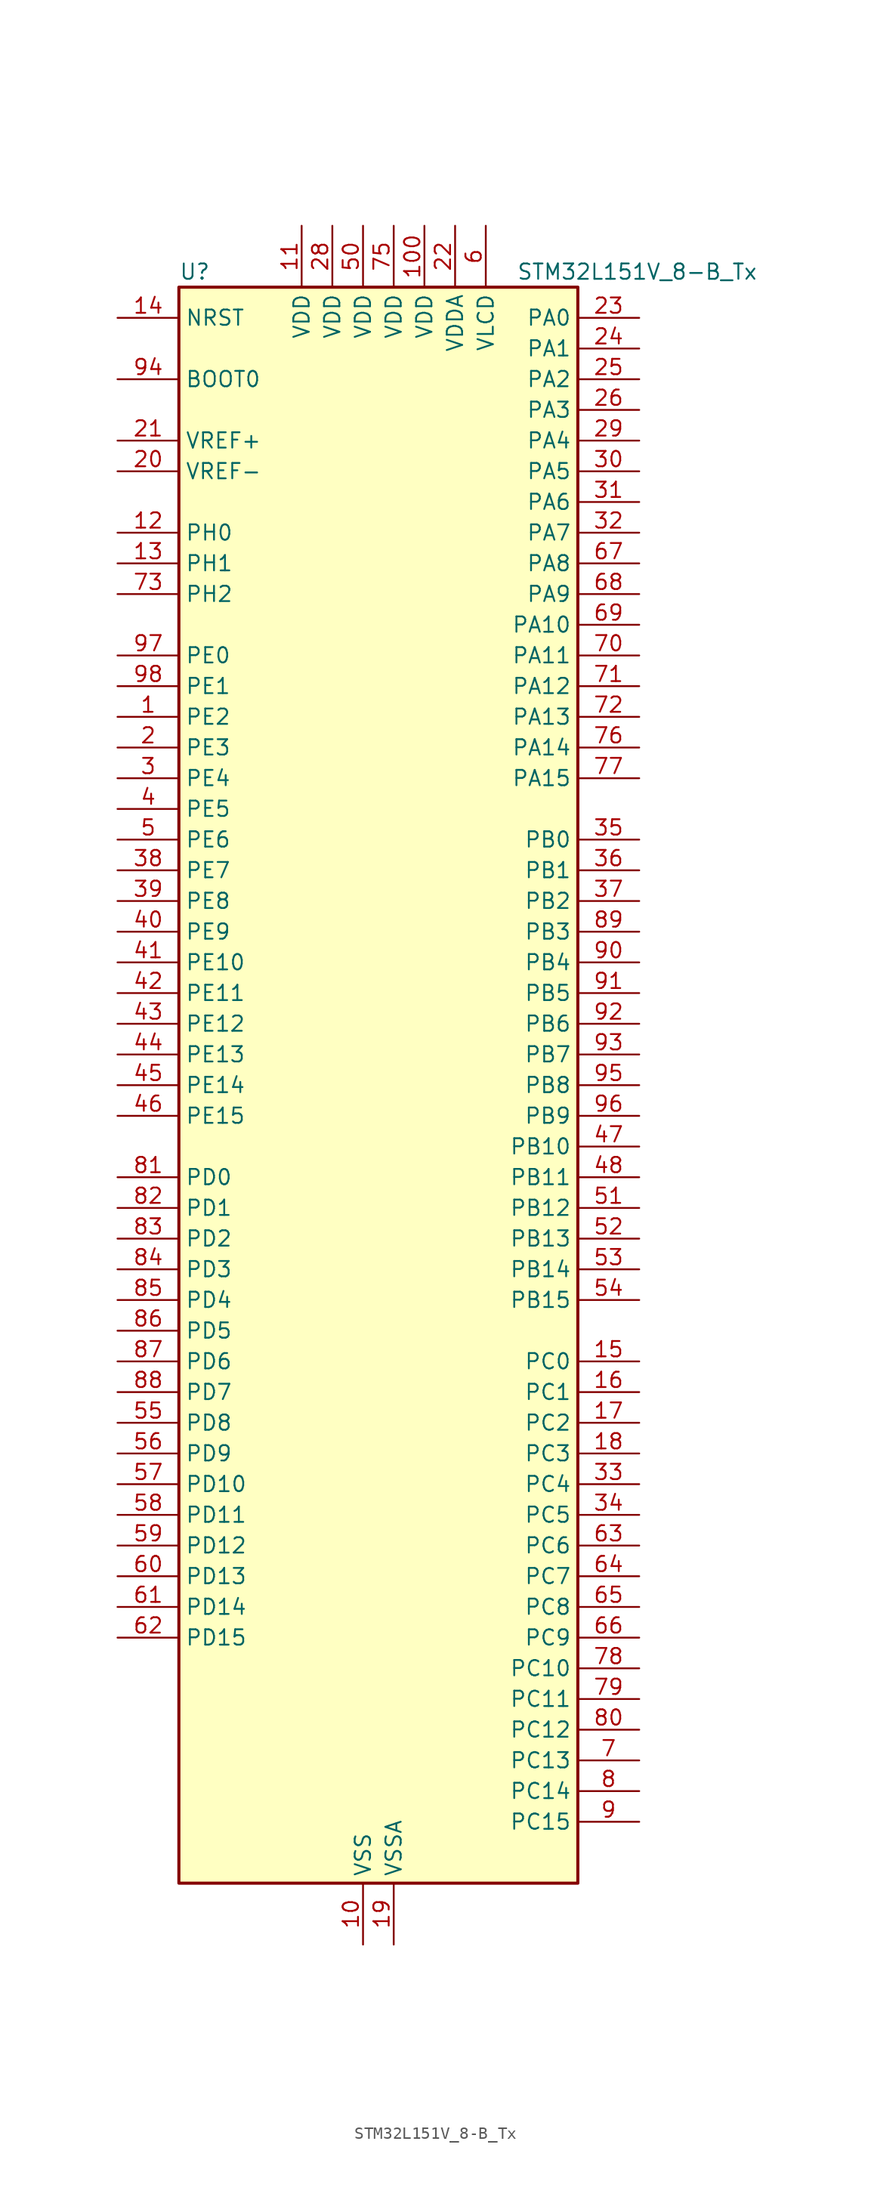
<source format=kicad_sym>
(kicad_symbol_lib
  (version 20231120)
  (generator "kicad_symbol_editor")
  (generator_version "8.0")
  (symbol "STM32L151V_8-B_Tx"
    (property "Reference" "U"
      (at -15.24 67.31 0)
      (effects (font (size 1.27 1.27)) (justify left)))
    (property "Value" "STM32L151V_8-B_Tx"
      (at 12.7 67.31 0)
      (effects (font (size 1.27 1.27)) (justify left)))
    (property "ki_locked" ""
      (at 0 0 0)
      (effects (font (size 1.27 1.27))))
    (symbol "STM32L151V_8-B_Tx_0_1"
      (rectangle (start -15.24 -66.04) (end 17.78 66.04) (stroke (width 0.254) (type default)) (fill (type background))))
    (symbol "STM32L151V_8-B_Tx_1_1"
      (pin bidirectional line (at -20.32 30.48 0) (length 5.08) (name "PE2" (effects (font (size 1.27 1.27)))) (number "1" (effects (font (size 1.27 1.27)))) (alternate "SYS_TRACECK" bidirectional line) (alternate "TIM3_ETR" bidirectional line) (alternate "TIMX_IC3" bidirectional line))
      (pin power_in line (at 0 -71.12 90) (length 5.08) (name "VSS" (effects (font (size 1.27 1.27)))) (number "10" (effects (font (size 1.27 1.27)))))
      (pin power_in line (at 5.08 71.12 270) (length 5.08) (name "VDD" (effects (font (size 1.27 1.27)))) (number "100" (effects (font (size 1.27 1.27)))))
      (pin power_in line (at -5.08 71.12 270) (length 5.08) (name "VDD" (effects (font (size 1.27 1.27)))) (number "11" (effects (font (size 1.27 1.27)))))
      (pin bidirectional line (at -20.32 45.72 0) (length 5.08) (name "PH0" (effects (font (size 1.27 1.27)))) (number "12" (effects (font (size 1.27 1.27)))) (alternate "RCC_OSC_IN" bidirectional line))
      (pin bidirectional line (at -20.32 43.18 0) (length 5.08) (name "PH1" (effects (font (size 1.27 1.27)))) (number "13" (effects (font (size 1.27 1.27)))) (alternate "RCC_OSC_OUT" bidirectional line))
      (pin input line (at -20.32 63.5 0) (length 5.08) (name "NRST" (effects (font (size 1.27 1.27)))) (number "14" (effects (font (size 1.27 1.27)))))
      (pin bidirectional line (at 22.86 -22.86 180) (length 5.08) (name "PC0" (effects (font (size 1.27 1.27)))) (number "15" (effects (font (size 1.27 1.27)))) (alternate "ADC_IN10" bidirectional line) (alternate "COMP1_INP" bidirectional line) (alternate "TIMX_IC1" bidirectional line) (alternate "TS_G8_IO1" bidirectional line))
      (pin bidirectional line (at 22.86 -25.4 180) (length 5.08) (name "PC1" (effects (font (size 1.27 1.27)))) (number "16" (effects (font (size 1.27 1.27)))) (alternate "ADC_IN11" bidirectional line) (alternate "COMP1_INP" bidirectional line) (alternate "TIMX_IC2" bidirectional line) (alternate "TS_G8_IO2" bidirectional line))
      (pin bidirectional line (at 22.86 -27.94 180) (length 5.08) (name "PC2" (effects (font (size 1.27 1.27)))) (number "17" (effects (font (size 1.27 1.27)))) (alternate "ADC_IN12" bidirectional line) (alternate "COMP1_INP" bidirectional line) (alternate "TIMX_IC3" bidirectional line) (alternate "TS_G8_IO3" bidirectional line))
      (pin bidirectional line (at 22.86 -30.48 180) (length 5.08) (name "PC3" (effects (font (size 1.27 1.27)))) (number "18" (effects (font (size 1.27 1.27)))) (alternate "ADC_IN13" bidirectional line) (alternate "COMP1_INP" bidirectional line) (alternate "TIMX_IC4" bidirectional line) (alternate "TS_G8_IO4" bidirectional line))
      (pin power_in line (at 2.54 -71.12 90) (length 5.08) (name "VSSA" (effects (font (size 1.27 1.27)))) (number "19" (effects (font (size 1.27 1.27)))))
      (pin bidirectional line (at -20.32 27.94 0) (length 5.08) (name "PE3" (effects (font (size 1.27 1.27)))) (number "2" (effects (font (size 1.27 1.27)))) (alternate "SYS_TRACED0" bidirectional line) (alternate "TIM3_CH1" bidirectional line) (alternate "TIMX_IC4" bidirectional line))
      (pin input line (at -20.32 50.8 0) (length 5.08) (name "VREF-" (effects (font (size 1.27 1.27)))) (number "20" (effects (font (size 1.27 1.27)))))
      (pin input line (at -20.32 53.34 0) (length 5.08) (name "VREF+" (effects (font (size 1.27 1.27)))) (number "21" (effects (font (size 1.27 1.27)))))
      (pin power_in line (at 7.62 71.12 270) (length 5.08) (name "VDDA" (effects (font (size 1.27 1.27)))) (number "22" (effects (font (size 1.27 1.27)))))
      (pin bidirectional line (at 22.86 63.5 180) (length 5.08) (name "PA0" (effects (font (size 1.27 1.27)))) (number "23" (effects (font (size 1.27 1.27)))) (alternate "ADC_IN0" bidirectional line) (alternate "COMP1_INP" bidirectional line) (alternate "SYS_WKUP1" bidirectional line) (alternate "TIM2_CH1" bidirectional line) (alternate "TIM2_ETR" bidirectional line) (alternate "TIMX_IC1" bidirectional line) (alternate "TS_G1_IO1" bidirectional line) (alternate "USART2_CTS" bidirectional line))
      (pin bidirectional line (at 22.86 60.96 180) (length 5.08) (name "PA1" (effects (font (size 1.27 1.27)))) (number "24" (effects (font (size 1.27 1.27)))) (alternate "ADC_IN1" bidirectional line) (alternate "COMP1_INP" bidirectional line) (alternate "TIM2_CH2" bidirectional line) (alternate "TIMX_IC2" bidirectional line) (alternate "TS_G1_IO2" bidirectional line) (alternate "USART2_RTS" bidirectional line))
      (pin bidirectional line (at 22.86 58.42 180) (length 5.08) (name "PA2" (effects (font (size 1.27 1.27)))) (number "25" (effects (font (size 1.27 1.27)))) (alternate "ADC_IN2" bidirectional line) (alternate "COMP1_INP" bidirectional line) (alternate "TIM2_CH3" bidirectional line) (alternate "TIM9_CH1" bidirectional line) (alternate "TIMX_IC3" bidirectional line) (alternate "TS_G1_IO3" bidirectional line) (alternate "USART2_TX" bidirectional line))
      (pin bidirectional line (at 22.86 55.88 180) (length 5.08) (name "PA3" (effects (font (size 1.27 1.27)))) (number "26" (effects (font (size 1.27 1.27)))) (alternate "ADC_IN3" bidirectional line) (alternate "COMP1_INP" bidirectional line) (alternate "TIM2_CH4" bidirectional line) (alternate "TIM9_CH2" bidirectional line) (alternate "TIMX_IC4" bidirectional line) (alternate "TS_G1_IO4" bidirectional line) (alternate "USART2_RX" bidirectional line))
      (pin passive line (at 0 -71.12 90) (length 5.08) hide (name "VSS" (effects (font (size 1.27 1.27)))) (number "27" (effects (font (size 1.27 1.27)))))
      (pin power_in line (at -2.54 71.12 270) (length 5.08) (name "VDD" (effects (font (size 1.27 1.27)))) (number "28" (effects (font (size 1.27 1.27)))))
      (pin bidirectional line (at 22.86 53.34 180) (length 5.08) (name "PA4" (effects (font (size 1.27 1.27)))) (number "29" (effects (font (size 1.27 1.27)))) (alternate "ADC_IN4" bidirectional line) (alternate "COMP1_INP" bidirectional line) (alternate "DAC_OUT1" bidirectional line) (alternate "SPI1_NSS" bidirectional line) (alternate "TIMX_IC1" bidirectional line) (alternate "USART2_CK" bidirectional line))
      (pin bidirectional line (at -20.32 25.4 0) (length 5.08) (name "PE4" (effects (font (size 1.27 1.27)))) (number "3" (effects (font (size 1.27 1.27)))) (alternate "SYS_TRACED1" bidirectional line) (alternate "TIM3_CH2" bidirectional line) (alternate "TIMX_IC1" bidirectional line))
      (pin bidirectional line (at 22.86 50.8 180) (length 5.08) (name "PA5" (effects (font (size 1.27 1.27)))) (number "30" (effects (font (size 1.27 1.27)))) (alternate "ADC_IN5" bidirectional line) (alternate "COMP1_INP" bidirectional line) (alternate "DAC_OUT2" bidirectional line) (alternate "SPI1_SCK" bidirectional line) (alternate "TIM2_CH1" bidirectional line) (alternate "TIM2_ETR" bidirectional line) (alternate "TIMX_IC2" bidirectional line))
      (pin bidirectional line (at 22.86 48.26 180) (length 5.08) (name "PA6" (effects (font (size 1.27 1.27)))) (number "31" (effects (font (size 1.27 1.27)))) (alternate "ADC_IN6" bidirectional line) (alternate "COMP1_INP" bidirectional line) (alternate "SPI1_MISO" bidirectional line) (alternate "TIM10_CH1" bidirectional line) (alternate "TIM3_CH1" bidirectional line) (alternate "TIMX_IC3" bidirectional line) (alternate "TS_G2_IO1" bidirectional line))
      (pin bidirectional line (at 22.86 45.72 180) (length 5.08) (name "PA7" (effects (font (size 1.27 1.27)))) (number "32" (effects (font (size 1.27 1.27)))) (alternate "ADC_IN7" bidirectional line) (alternate "COMP1_INP" bidirectional line) (alternate "SPI1_MOSI" bidirectional line) (alternate "TIM11_CH1" bidirectional line) (alternate "TIM3_CH2" bidirectional line) (alternate "TIMX_IC4" bidirectional line) (alternate "TS_G2_IO2" bidirectional line))
      (pin bidirectional line (at 22.86 -33.02 180) (length 5.08) (name "PC4" (effects (font (size 1.27 1.27)))) (number "33" (effects (font (size 1.27 1.27)))) (alternate "ADC_IN14" bidirectional line) (alternate "COMP1_INP" bidirectional line) (alternate "TIMX_IC1" bidirectional line) (alternate "TS_G9_IO1" bidirectional line))
      (pin bidirectional line (at 22.86 -35.56 180) (length 5.08) (name "PC5" (effects (font (size 1.27 1.27)))) (number "34" (effects (font (size 1.27 1.27)))) (alternate "ADC_IN15" bidirectional line) (alternate "COMP1_INP" bidirectional line) (alternate "TIMX_IC2" bidirectional line) (alternate "TS_G9_IO2" bidirectional line))
      (pin bidirectional line (at 22.86 20.32 180) (length 5.08) (name "PB0" (effects (font (size 1.27 1.27)))) (number "35" (effects (font (size 1.27 1.27)))) (alternate "ADC_IN8" bidirectional line) (alternate "COMP1_INP" bidirectional line) (alternate "SYS_V_REF_OUT" bidirectional line) (alternate "TIM3_CH3" bidirectional line) (alternate "TS_G3_IO1" bidirectional line))
      (pin bidirectional line (at 22.86 17.78 180) (length 5.08) (name "PB1" (effects (font (size 1.27 1.27)))) (number "36" (effects (font (size 1.27 1.27)))) (alternate "ADC_IN9" bidirectional line) (alternate "COMP1_INP" bidirectional line) (alternate "SYS_V_REF_OUT" bidirectional line) (alternate "TIM3_CH4" bidirectional line) (alternate "TS_G3_IO2" bidirectional line))
      (pin bidirectional line (at 22.86 15.24 180) (length 5.08) (name "PB2" (effects (font (size 1.27 1.27)))) (number "37" (effects (font (size 1.27 1.27)))))
      (pin bidirectional line (at -20.32 17.78 0) (length 5.08) (name "PE7" (effects (font (size 1.27 1.27)))) (number "38" (effects (font (size 1.27 1.27)))) (alternate "ADC_IN22" bidirectional line) (alternate "COMP1_INP" bidirectional line) (alternate "TIMX_IC4" bidirectional line))
      (pin bidirectional line (at -20.32 15.24 0) (length 5.08) (name "PE8" (effects (font (size 1.27 1.27)))) (number "39" (effects (font (size 1.27 1.27)))) (alternate "ADC_IN23" bidirectional line) (alternate "COMP1_INP" bidirectional line) (alternate "TIMX_IC1" bidirectional line))
      (pin bidirectional line (at -20.32 22.86 0) (length 5.08) (name "PE5" (effects (font (size 1.27 1.27)))) (number "4" (effects (font (size 1.27 1.27)))) (alternate "SYS_TRACED2" bidirectional line) (alternate "TIM9_CH1" bidirectional line) (alternate "TIMX_IC2" bidirectional line))
      (pin bidirectional line (at -20.32 12.7 0) (length 5.08) (name "PE9" (effects (font (size 1.27 1.27)))) (number "40" (effects (font (size 1.27 1.27)))) (alternate "ADC_IN24" bidirectional line) (alternate "COMP1_INP" bidirectional line) (alternate "DAC_EXTI9" bidirectional line) (alternate "TIM2_CH1" bidirectional line) (alternate "TIM2_ETR" bidirectional line) (alternate "TIMX_IC2" bidirectional line))
      (pin bidirectional line (at -20.32 10.16 0) (length 5.08) (name "PE10" (effects (font (size 1.27 1.27)))) (number "41" (effects (font (size 1.27 1.27)))) (alternate "ADC_IN25" bidirectional line) (alternate "COMP1_INP" bidirectional line) (alternate "TIM2_CH2" bidirectional line) (alternate "TIMX_IC3" bidirectional line))
      (pin bidirectional line (at -20.32 7.62 0) (length 5.08) (name "PE11" (effects (font (size 1.27 1.27)))) (number "42" (effects (font (size 1.27 1.27)))) (alternate "ADC_EXTI11" bidirectional line) (alternate "TIM2_CH3" bidirectional line) (alternate "TIMX_IC4" bidirectional line))
      (pin bidirectional line (at -20.32 5.08 0) (length 5.08) (name "PE12" (effects (font (size 1.27 1.27)))) (number "43" (effects (font (size 1.27 1.27)))) (alternate "SPI1_NSS" bidirectional line) (alternate "TIM2_CH4" bidirectional line) (alternate "TIMX_IC1" bidirectional line))
      (pin bidirectional line (at -20.32 2.54 0) (length 5.08) (name "PE13" (effects (font (size 1.27 1.27)))) (number "44" (effects (font (size 1.27 1.27)))) (alternate "SPI1_SCK" bidirectional line) (alternate "TIMX_IC2" bidirectional line))
      (pin bidirectional line (at -20.32 0 0) (length 5.08) (name "PE14" (effects (font (size 1.27 1.27)))) (number "45" (effects (font (size 1.27 1.27)))) (alternate "SPI1_MISO" bidirectional line) (alternate "TIMX_IC3" bidirectional line))
      (pin bidirectional line (at -20.32 -2.54 0) (length 5.08) (name "PE15" (effects (font (size 1.27 1.27)))) (number "46" (effects (font (size 1.27 1.27)))) (alternate "ADC_EXTI15" bidirectional line) (alternate "SPI1_MOSI" bidirectional line) (alternate "TIMX_IC4" bidirectional line))
      (pin bidirectional line (at 22.86 -5.08 180) (length 5.08) (name "PB10" (effects (font (size 1.27 1.27)))) (number "47" (effects (font (size 1.27 1.27)))) (alternate "I2C2_SCL" bidirectional line) (alternate "TIM2_CH3" bidirectional line) (alternate "USART3_TX" bidirectional line))
      (pin bidirectional line (at 22.86 -7.62 180) (length 5.08) (name "PB11" (effects (font (size 1.27 1.27)))) (number "48" (effects (font (size 1.27 1.27)))) (alternate "ADC_EXTI11" bidirectional line) (alternate "I2C2_SDA" bidirectional line) (alternate "TIM2_CH4" bidirectional line) (alternate "USART3_RX" bidirectional line))
      (pin passive line (at 0 -71.12 90) (length 5.08) hide (name "VSS" (effects (font (size 1.27 1.27)))) (number "49" (effects (font (size 1.27 1.27)))))
      (pin bidirectional line (at -20.32 20.32 0) (length 5.08) (name "PE6" (effects (font (size 1.27 1.27)))) (number "5" (effects (font (size 1.27 1.27)))) (alternate "SYS_TRACED3" bidirectional line) (alternate "SYS_WKUP3" bidirectional line) (alternate "TIM9_CH2" bidirectional line) (alternate "TIMX_IC3" bidirectional line))
      (pin power_in line (at 0 71.12 270) (length 5.08) (name "VDD" (effects (font (size 1.27 1.27)))) (number "50" (effects (font (size 1.27 1.27)))))
      (pin bidirectional line (at 22.86 -10.16 180) (length 5.08) (name "PB12" (effects (font (size 1.27 1.27)))) (number "51" (effects (font (size 1.27 1.27)))) (alternate "ADC_IN18" bidirectional line) (alternate "COMP1_INP" bidirectional line) (alternate "I2C2_SMBA" bidirectional line) (alternate "SPI2_NSS" bidirectional line) (alternate "TIM10_CH1" bidirectional line) (alternate "TS_G7_IO1" bidirectional line) (alternate "USART3_CK" bidirectional line))
      (pin bidirectional line (at 22.86 -12.7 180) (length 5.08) (name "PB13" (effects (font (size 1.27 1.27)))) (number "52" (effects (font (size 1.27 1.27)))) (alternate "ADC_IN19" bidirectional line) (alternate "COMP1_INP" bidirectional line) (alternate "SPI2_SCK" bidirectional line) (alternate "TIM9_CH1" bidirectional line) (alternate "TS_G7_IO2" bidirectional line) (alternate "USART3_CTS" bidirectional line))
      (pin bidirectional line (at 22.86 -15.24 180) (length 5.08) (name "PB14" (effects (font (size 1.27 1.27)))) (number "53" (effects (font (size 1.27 1.27)))) (alternate "ADC_IN20" bidirectional line) (alternate "COMP1_INP" bidirectional line) (alternate "SPI2_MISO" bidirectional line) (alternate "TIM9_CH2" bidirectional line) (alternate "TS_G7_IO3" bidirectional line) (alternate "USART3_RTS" bidirectional line))
      (pin bidirectional line (at 22.86 -17.78 180) (length 5.08) (name "PB15" (effects (font (size 1.27 1.27)))) (number "54" (effects (font (size 1.27 1.27)))) (alternate "ADC_EXTI15" bidirectional line) (alternate "ADC_IN21" bidirectional line) (alternate "COMP1_INP" bidirectional line) (alternate "RTC_REFIN" bidirectional line) (alternate "SPI2_MOSI" bidirectional line) (alternate "TIM11_CH1" bidirectional line) (alternate "TS_G7_IO4" bidirectional line))
      (pin bidirectional line (at -20.32 -27.94 0) (length 5.08) (name "PD8" (effects (font (size 1.27 1.27)))) (number "55" (effects (font (size 1.27 1.27)))) (alternate "TIMX_IC1" bidirectional line) (alternate "USART3_TX" bidirectional line))
      (pin bidirectional line (at -20.32 -30.48 0) (length 5.08) (name "PD9" (effects (font (size 1.27 1.27)))) (number "56" (effects (font (size 1.27 1.27)))) (alternate "DAC_EXTI9" bidirectional line) (alternate "TIMX_IC2" bidirectional line) (alternate "USART3_RX" bidirectional line))
      (pin bidirectional line (at -20.32 -33.02 0) (length 5.08) (name "PD10" (effects (font (size 1.27 1.27)))) (number "57" (effects (font (size 1.27 1.27)))) (alternate "TIMX_IC3" bidirectional line) (alternate "USART3_CK" bidirectional line))
      (pin bidirectional line (at -20.32 -35.56 0) (length 5.08) (name "PD11" (effects (font (size 1.27 1.27)))) (number "58" (effects (font (size 1.27 1.27)))) (alternate "ADC_EXTI11" bidirectional line) (alternate "TIMX_IC4" bidirectional line) (alternate "USART3_CTS" bidirectional line))
      (pin bidirectional line (at -20.32 -38.1 0) (length 5.08) (name "PD12" (effects (font (size 1.27 1.27)))) (number "59" (effects (font (size 1.27 1.27)))) (alternate "TIM4_CH1" bidirectional line) (alternate "TIMX_IC1" bidirectional line) (alternate "USART3_RTS" bidirectional line))
      (pin power_in line (at 10.16 71.12 270) (length 5.08) (name "VLCD" (effects (font (size 1.27 1.27)))) (number "6" (effects (font (size 1.27 1.27)))))
      (pin bidirectional line (at -20.32 -40.64 0) (length 5.08) (name "PD13" (effects (font (size 1.27 1.27)))) (number "60" (effects (font (size 1.27 1.27)))) (alternate "TIM4_CH2" bidirectional line) (alternate "TIMX_IC2" bidirectional line))
      (pin bidirectional line (at -20.32 -43.18 0) (length 5.08) (name "PD14" (effects (font (size 1.27 1.27)))) (number "61" (effects (font (size 1.27 1.27)))) (alternate "TIM4_CH3" bidirectional line) (alternate "TIMX_IC3" bidirectional line))
      (pin bidirectional line (at -20.32 -45.72 0) (length 5.08) (name "PD15" (effects (font (size 1.27 1.27)))) (number "62" (effects (font (size 1.27 1.27)))) (alternate "ADC_EXTI15" bidirectional line) (alternate "TIM4_CH4" bidirectional line) (alternate "TIMX_IC4" bidirectional line))
      (pin bidirectional line (at 22.86 -38.1 180) (length 5.08) (name "PC6" (effects (font (size 1.27 1.27)))) (number "63" (effects (font (size 1.27 1.27)))) (alternate "TIM3_CH1" bidirectional line) (alternate "TIMX_IC3" bidirectional line) (alternate "TS_G10_IO1" bidirectional line))
      (pin bidirectional line (at 22.86 -40.64 180) (length 5.08) (name "PC7" (effects (font (size 1.27 1.27)))) (number "64" (effects (font (size 1.27 1.27)))) (alternate "TIM3_CH2" bidirectional line) (alternate "TIMX_IC4" bidirectional line) (alternate "TS_G10_IO2" bidirectional line))
      (pin bidirectional line (at 22.86 -43.18 180) (length 5.08) (name "PC8" (effects (font (size 1.27 1.27)))) (number "65" (effects (font (size 1.27 1.27)))) (alternate "TIM3_CH3" bidirectional line) (alternate "TIMX_IC1" bidirectional line) (alternate "TS_G10_IO3" bidirectional line))
      (pin bidirectional line (at 22.86 -45.72 180) (length 5.08) (name "PC9" (effects (font (size 1.27 1.27)))) (number "66" (effects (font (size 1.27 1.27)))) (alternate "DAC_EXTI9" bidirectional line) (alternate "TIM3_CH4" bidirectional line) (alternate "TIMX_IC2" bidirectional line) (alternate "TS_G10_IO4" bidirectional line))
      (pin bidirectional line (at 22.86 43.18 180) (length 5.08) (name "PA8" (effects (font (size 1.27 1.27)))) (number "67" (effects (font (size 1.27 1.27)))) (alternate "RCC_MCO" bidirectional line) (alternate "TIMX_IC1" bidirectional line) (alternate "TS_G4_IO1" bidirectional line) (alternate "USART1_CK" bidirectional line))
      (pin bidirectional line (at 22.86 40.64 180) (length 5.08) (name "PA9" (effects (font (size 1.27 1.27)))) (number "68" (effects (font (size 1.27 1.27)))) (alternate "DAC_EXTI9" bidirectional line) (alternate "TIMX_IC2" bidirectional line) (alternate "TS_G4_IO2" bidirectional line) (alternate "USART1_TX" bidirectional line))
      (pin bidirectional line (at 22.86 38.1 180) (length 5.08) (name "PA10" (effects (font (size 1.27 1.27)))) (number "69" (effects (font (size 1.27 1.27)))) (alternate "TIMX_IC3" bidirectional line) (alternate "TS_G4_IO3" bidirectional line) (alternate "USART1_RX" bidirectional line))
      (pin bidirectional line (at 22.86 -55.88 180) (length 5.08) (name "PC13" (effects (font (size 1.27 1.27)))) (number "7" (effects (font (size 1.27 1.27)))) (alternate "RTC_OUT_ALARM" bidirectional line) (alternate "RTC_OUT_CALIB" bidirectional line) (alternate "RTC_TAMP1" bidirectional line) (alternate "RTC_TS" bidirectional line) (alternate "SYS_WKUP2" bidirectional line) (alternate "TIMX_IC2" bidirectional line))
      (pin bidirectional line (at 22.86 35.56 180) (length 5.08) (name "PA11" (effects (font (size 1.27 1.27)))) (number "70" (effects (font (size 1.27 1.27)))) (alternate "ADC_EXTI11" bidirectional line) (alternate "SPI1_MISO" bidirectional line) (alternate "TIMX_IC4" bidirectional line) (alternate "USART1_CTS" bidirectional line) (alternate "USB_DM" bidirectional line))
      (pin bidirectional line (at 22.86 33.02 180) (length 5.08) (name "PA12" (effects (font (size 1.27 1.27)))) (number "71" (effects (font (size 1.27 1.27)))) (alternate "SPI1_MOSI" bidirectional line) (alternate "TIMX_IC1" bidirectional line) (alternate "USART1_RTS" bidirectional line) (alternate "USB_DP" bidirectional line))
      (pin bidirectional line (at 22.86 30.48 180) (length 5.08) (name "PA13" (effects (font (size 1.27 1.27)))) (number "72" (effects (font (size 1.27 1.27)))) (alternate "SYS_JTMS-SWDIO" bidirectional line) (alternate "TIMX_IC2" bidirectional line) (alternate "TS_G5_IO1" bidirectional line))
      (pin bidirectional line (at -20.32 40.64 0) (length 5.08) (name "PH2" (effects (font (size 1.27 1.27)))) (number "73" (effects (font (size 1.27 1.27)))))
      (pin passive line (at 0 -71.12 90) (length 5.08) hide (name "VSS" (effects (font (size 1.27 1.27)))) (number "74" (effects (font (size 1.27 1.27)))))
      (pin power_in line (at 2.54 71.12 270) (length 5.08) (name "VDD" (effects (font (size 1.27 1.27)))) (number "75" (effects (font (size 1.27 1.27)))))
      (pin bidirectional line (at 22.86 27.94 180) (length 5.08) (name "PA14" (effects (font (size 1.27 1.27)))) (number "76" (effects (font (size 1.27 1.27)))) (alternate "SYS_JTCK-SWCLK" bidirectional line) (alternate "TIMX_IC3" bidirectional line) (alternate "TS_G5_IO2" bidirectional line))
      (pin bidirectional line (at 22.86 25.4 180) (length 5.08) (name "PA15" (effects (font (size 1.27 1.27)))) (number "77" (effects (font (size 1.27 1.27)))) (alternate "ADC_EXTI15" bidirectional line) (alternate "SPI1_NSS" bidirectional line) (alternate "SYS_JTDI" bidirectional line) (alternate "TIM2_CH1" bidirectional line) (alternate "TIM2_ETR" bidirectional line) (alternate "TIMX_IC4" bidirectional line) (alternate "TS_G5_IO3" bidirectional line))
      (pin bidirectional line (at 22.86 -48.26 180) (length 5.08) (name "PC10" (effects (font (size 1.27 1.27)))) (number "78" (effects (font (size 1.27 1.27)))) (alternate "TIMX_IC3" bidirectional line) (alternate "USART3_TX" bidirectional line))
      (pin bidirectional line (at 22.86 -50.8 180) (length 5.08) (name "PC11" (effects (font (size 1.27 1.27)))) (number "79" (effects (font (size 1.27 1.27)))) (alternate "ADC_EXTI11" bidirectional line) (alternate "TIMX_IC4" bidirectional line) (alternate "USART3_RX" bidirectional line))
      (pin bidirectional line (at 22.86 -58.42 180) (length 5.08) (name "PC14" (effects (font (size 1.27 1.27)))) (number "8" (effects (font (size 1.27 1.27)))) (alternate "RCC_OSC32_IN" bidirectional line) (alternate "TIMX_IC3" bidirectional line))
      (pin bidirectional line (at 22.86 -53.34 180) (length 5.08) (name "PC12" (effects (font (size 1.27 1.27)))) (number "80" (effects (font (size 1.27 1.27)))) (alternate "TIMX_IC1" bidirectional line) (alternate "USART3_CK" bidirectional line))
      (pin bidirectional line (at -20.32 -7.62 0) (length 5.08) (name "PD0" (effects (font (size 1.27 1.27)))) (number "81" (effects (font (size 1.27 1.27)))) (alternate "SPI2_NSS" bidirectional line) (alternate "TIM9_CH1" bidirectional line) (alternate "TIMX_IC1" bidirectional line))
      (pin bidirectional line (at -20.32 -10.16 0) (length 5.08) (name "PD1" (effects (font (size 1.27 1.27)))) (number "82" (effects (font (size 1.27 1.27)))) (alternate "SPI2_SCK" bidirectional line) (alternate "TIMX_IC2" bidirectional line))
      (pin bidirectional line (at -20.32 -12.7 0) (length 5.08) (name "PD2" (effects (font (size 1.27 1.27)))) (number "83" (effects (font (size 1.27 1.27)))) (alternate "TIM3_ETR" bidirectional line) (alternate "TIMX_IC3" bidirectional line))
      (pin bidirectional line (at -20.32 -15.24 0) (length 5.08) (name "PD3" (effects (font (size 1.27 1.27)))) (number "84" (effects (font (size 1.27 1.27)))) (alternate "SPI2_MISO" bidirectional line) (alternate "TIMX_IC4" bidirectional line) (alternate "USART2_CTS" bidirectional line))
      (pin bidirectional line (at -20.32 -17.78 0) (length 5.08) (name "PD4" (effects (font (size 1.27 1.27)))) (number "85" (effects (font (size 1.27 1.27)))) (alternate "SPI2_MOSI" bidirectional line) (alternate "TIMX_IC1" bidirectional line) (alternate "USART2_RTS" bidirectional line))
      (pin bidirectional line (at -20.32 -20.32 0) (length 5.08) (name "PD5" (effects (font (size 1.27 1.27)))) (number "86" (effects (font (size 1.27 1.27)))) (alternate "TIMX_IC2" bidirectional line) (alternate "USART2_TX" bidirectional line))
      (pin bidirectional line (at -20.32 -22.86 0) (length 5.08) (name "PD6" (effects (font (size 1.27 1.27)))) (number "87" (effects (font (size 1.27 1.27)))) (alternate "TIMX_IC3" bidirectional line) (alternate "USART2_RX" bidirectional line))
      (pin bidirectional line (at -20.32 -25.4 0) (length 5.08) (name "PD7" (effects (font (size 1.27 1.27)))) (number "88" (effects (font (size 1.27 1.27)))) (alternate "TIM9_CH2" bidirectional line) (alternate "TIMX_IC4" bidirectional line) (alternate "USART2_CK" bidirectional line))
      (pin bidirectional line (at 22.86 12.7 180) (length 5.08) (name "PB3" (effects (font (size 1.27 1.27)))) (number "89" (effects (font (size 1.27 1.27)))) (alternate "COMP2_INM" bidirectional line) (alternate "SPI1_SCK" bidirectional line) (alternate "SYS_JTDO-TRACESWO" bidirectional line) (alternate "TIM2_CH2" bidirectional line))
      (pin bidirectional line (at 22.86 -60.96 180) (length 5.08) (name "PC15" (effects (font (size 1.27 1.27)))) (number "9" (effects (font (size 1.27 1.27)))) (alternate "ADC_EXTI15" bidirectional line) (alternate "RCC_OSC32_OUT" bidirectional line) (alternate "TIMX_IC4" bidirectional line))
      (pin bidirectional line (at 22.86 10.16 180) (length 5.08) (name "PB4" (effects (font (size 1.27 1.27)))) (number "90" (effects (font (size 1.27 1.27)))) (alternate "COMP2_INP" bidirectional line) (alternate "SPI1_MISO" bidirectional line) (alternate "SYS_JTRST" bidirectional line) (alternate "TIM3_CH1" bidirectional line) (alternate "TS_G6_IO1" bidirectional line))
      (pin bidirectional line (at 22.86 7.62 180) (length 5.08) (name "PB5" (effects (font (size 1.27 1.27)))) (number "91" (effects (font (size 1.27 1.27)))) (alternate "COMP2_INP" bidirectional line) (alternate "I2C1_SMBA" bidirectional line) (alternate "SPI1_MOSI" bidirectional line) (alternate "TIM3_CH2" bidirectional line) (alternate "TS_G6_IO2" bidirectional line))
      (pin bidirectional line (at 22.86 5.08 180) (length 5.08) (name "PB6" (effects (font (size 1.27 1.27)))) (number "92" (effects (font (size 1.27 1.27)))) (alternate "I2C1_SCL" bidirectional line) (alternate "TIM4_CH1" bidirectional line) (alternate "USART1_TX" bidirectional line))
      (pin bidirectional line (at 22.86 2.54 180) (length 5.08) (name "PB7" (effects (font (size 1.27 1.27)))) (number "93" (effects (font (size 1.27 1.27)))) (alternate "I2C1_SDA" bidirectional line) (alternate "SYS_PVD_IN" bidirectional line) (alternate "TIM4_CH2" bidirectional line) (alternate "USART1_RX" bidirectional line))
      (pin input line (at -20.32 58.42 0) (length 5.08) (name "BOOT0" (effects (font (size 1.27 1.27)))) (number "94" (effects (font (size 1.27 1.27)))))
      (pin bidirectional line (at 22.86 0 180) (length 5.08) (name "PB8" (effects (font (size 1.27 1.27)))) (number "95" (effects (font (size 1.27 1.27)))) (alternate "I2C1_SCL" bidirectional line) (alternate "TIM10_CH1" bidirectional line) (alternate "TIM4_CH3" bidirectional line))
      (pin bidirectional line (at 22.86 -2.54 180) (length 5.08) (name "PB9" (effects (font (size 1.27 1.27)))) (number "96" (effects (font (size 1.27 1.27)))) (alternate "DAC_EXTI9" bidirectional line) (alternate "I2C1_SDA" bidirectional line) (alternate "TIM11_CH1" bidirectional line) (alternate "TIM4_CH4" bidirectional line))
      (pin bidirectional line (at -20.32 35.56 0) (length 5.08) (name "PE0" (effects (font (size 1.27 1.27)))) (number "97" (effects (font (size 1.27 1.27)))) (alternate "TIM10_CH1" bidirectional line) (alternate "TIM4_ETR" bidirectional line) (alternate "TIMX_IC1" bidirectional line))
      (pin bidirectional line (at -20.32 33.02 0) (length 5.08) (name "PE1" (effects (font (size 1.27 1.27)))) (number "98" (effects (font (size 1.27 1.27)))) (alternate "TIM11_CH1" bidirectional line) (alternate "TIMX_IC2" bidirectional line))
      (pin passive line (at 0 -71.12 90) (length 5.08) hide (name "VSS" (effects (font (size 1.27 1.27)))) (number "99" (effects (font (size 1.27 1.27))))))))
</source>
